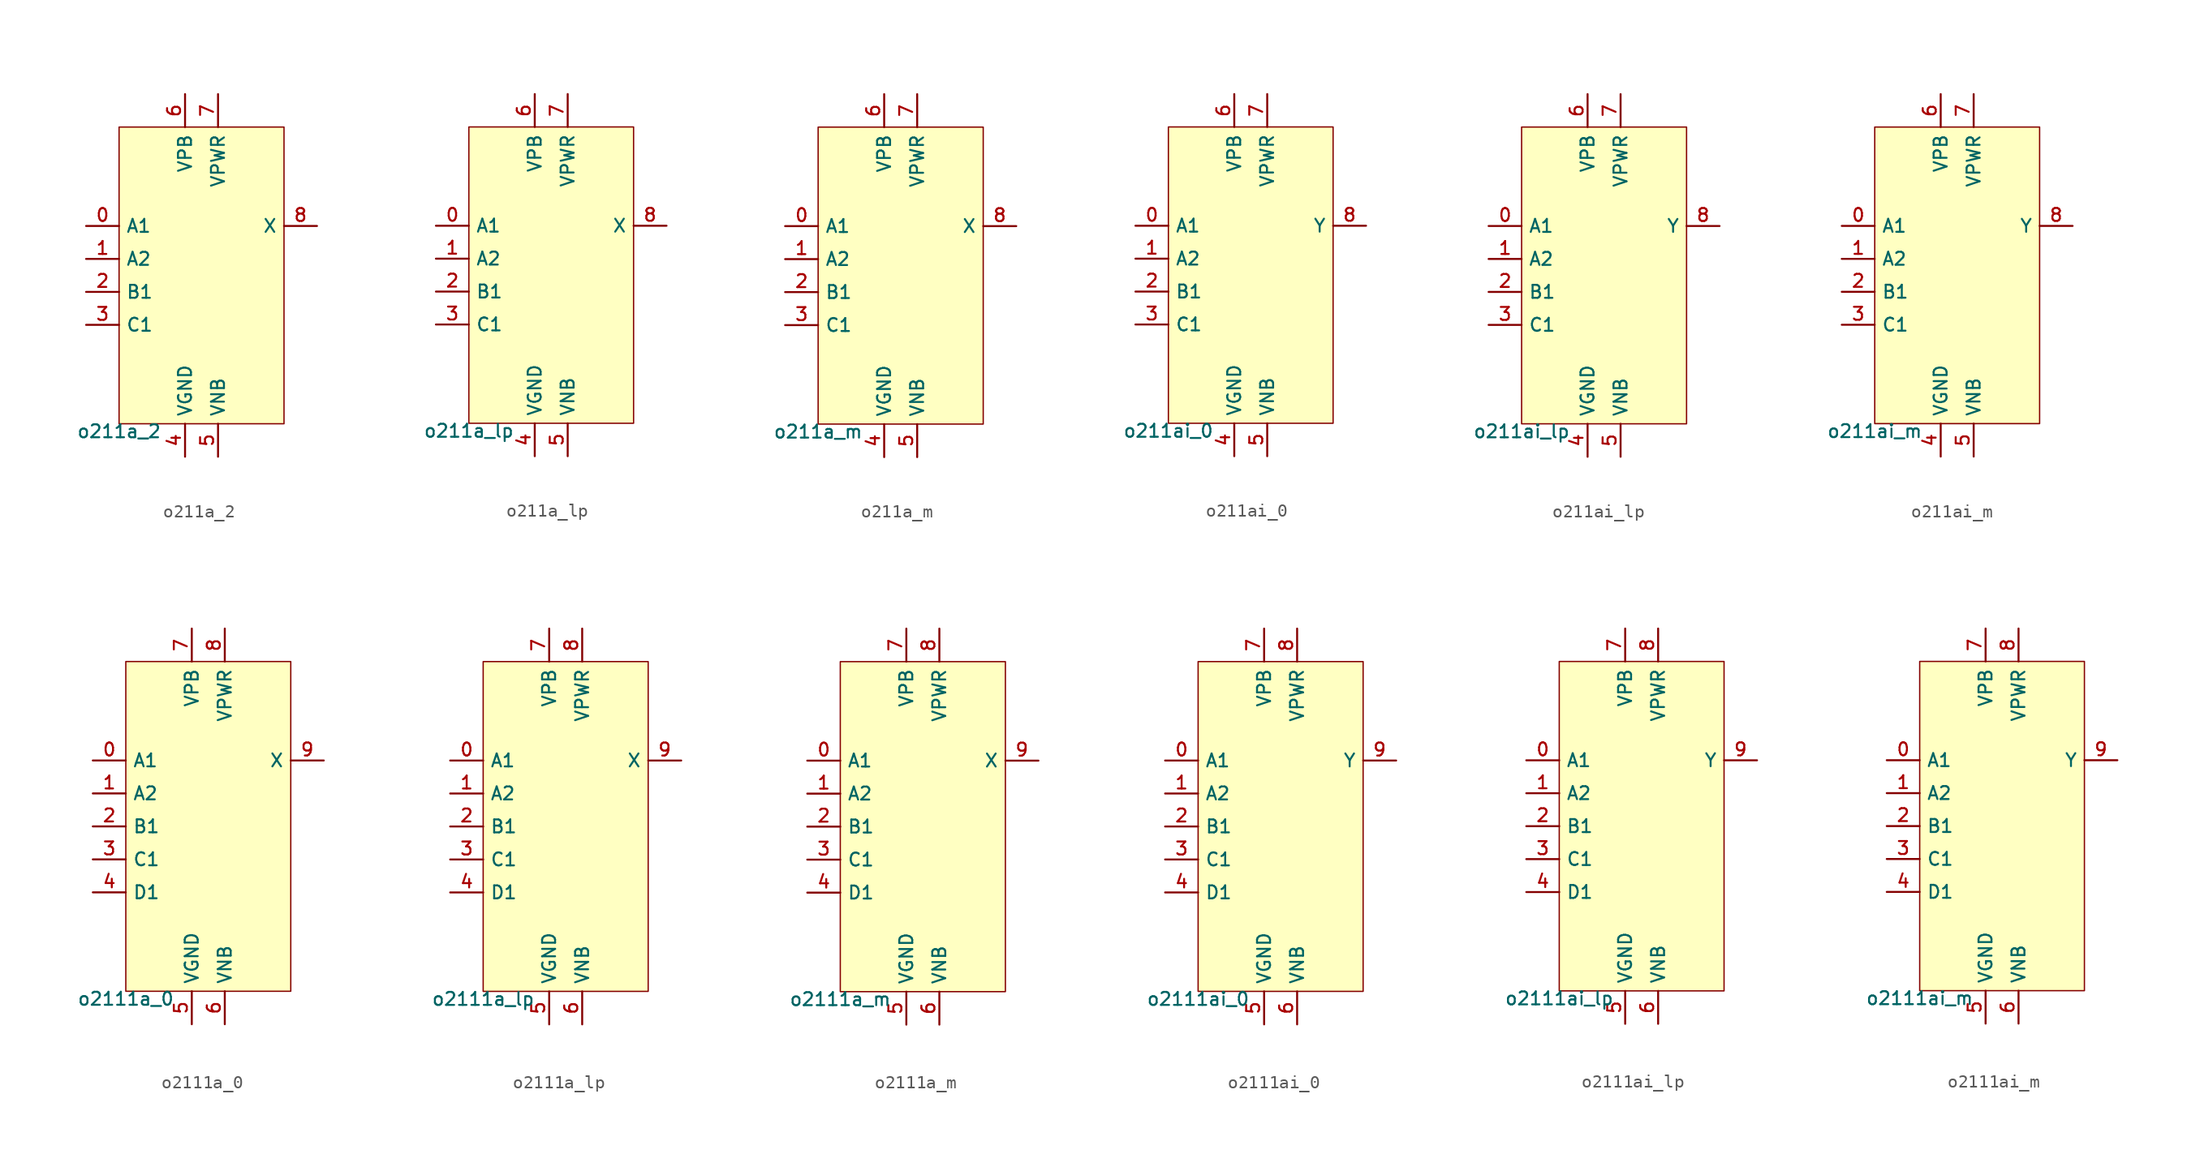
<source format=kicad_sym>
(kicad_symbol_lib
  (version 20211014)
  (generator pdk2kicad)
  (symbol "o211a_2"
    (property "Reference" "X"
      (at 0 0 0)
      (effects (font (size 1 1)) hide))
    (property "Value" "o211a_2"
      (at -6.35 -11.43 0)
      (effects (font (size 1 1)) (justify top)))
    (rectangle
      (start -6.35 -11.43)
      (end 6.35 11.43)
      (stroke (width 0.1) (type solid) (color 0 0 0 0))
      (fill (type background)))
    (pin input line
      (at -8.89 3.81 0)
      (length 2.54)
      (name "A1" (effects (font (size 1 1)) hide))
      (number "0" (effects (font (size 1 1)) hide)))
    (pin input line
      (at -8.89 1.27 0)
      (length 2.54)
      (name "A2" (effects (font (size 1 1)) hide))
      (number "1" (effects (font (size 1 1)) hide)))
    (pin input line
      (at -8.89 -1.27 0)
      (length 2.54)
      (name "B1" (effects (font (size 1 1)) hide))
      (number "2" (effects (font (size 1 1)) hide)))
    (pin input line
      (at -8.89 -3.81 0)
      (length 2.54)
      (name "C1" (effects (font (size 1 1)) hide))
      (number "3" (effects (font (size 1 1)) hide)))
    (pin power_in line
      (at -1.27 -13.97 90)
      (length 2.54)
      (name "VGND" (effects (font (size 1 1)) hide))
      (number "4" (effects (font (size 1 1)) hide)))
    (pin power_in line
      (at 1.27 -13.97 90)
      (length 2.54)
      (name "VNB" (effects (font (size 1 1)) hide))
      (number "5" (effects (font (size 1 1)) hide)))
    (pin power_in line
      (at -1.27 13.97 270)
      (length 2.54)
      (name "VPB" (effects (font (size 1 1)) hide))
      (number "6" (effects (font (size 1 1)) hide)))
    (pin power_in line
      (at 1.27 13.97 270)
      (length 2.54)
      (name "VPWR" (effects (font (size 1 1)) hide))
      (number "7" (effects (font (size 1 1)) hide)))
    (pin output line
      (at 8.89 3.81 180)
      (length 2.54)
      (name "X" (effects (font (size 1 1)) hide))
      (number "8" (effects (font (size 1 1)) hide))))
  (symbol "o211a_lp"
    (property "Reference" "X"
      (at 0 0 0)
      (effects (font (size 1 1)) hide))
    (property "Value" "o211a_lp"
      (at -6.35 -11.43 0)
      (effects (font (size 1 1)) (justify top)))
    (rectangle
      (start -6.35 -11.43)
      (end 6.35 11.43)
      (stroke (width 0.1) (type solid) (color 0 0 0 0))
      (fill (type background)))
    (pin input line
      (at -8.89 3.81 0)
      (length 2.54)
      (name "A1" (effects (font (size 1 1)) hide))
      (number "0" (effects (font (size 1 1)) hide)))
    (pin input line
      (at -8.89 1.27 0)
      (length 2.54)
      (name "A2" (effects (font (size 1 1)) hide))
      (number "1" (effects (font (size 1 1)) hide)))
    (pin input line
      (at -8.89 -1.27 0)
      (length 2.54)
      (name "B1" (effects (font (size 1 1)) hide))
      (number "2" (effects (font (size 1 1)) hide)))
    (pin input line
      (at -8.89 -3.81 0)
      (length 2.54)
      (name "C1" (effects (font (size 1 1)) hide))
      (number "3" (effects (font (size 1 1)) hide)))
    (pin power_in line
      (at -1.27 -13.97 90)
      (length 2.54)
      (name "VGND" (effects (font (size 1 1)) hide))
      (number "4" (effects (font (size 1 1)) hide)))
    (pin power_in line
      (at 1.27 -13.97 90)
      (length 2.54)
      (name "VNB" (effects (font (size 1 1)) hide))
      (number "5" (effects (font (size 1 1)) hide)))
    (pin power_in line
      (at -1.27 13.97 270)
      (length 2.54)
      (name "VPB" (effects (font (size 1 1)) hide))
      (number "6" (effects (font (size 1 1)) hide)))
    (pin power_in line
      (at 1.27 13.97 270)
      (length 2.54)
      (name "VPWR" (effects (font (size 1 1)) hide))
      (number "7" (effects (font (size 1 1)) hide)))
    (pin output line
      (at 8.89 3.81 180)
      (length 2.54)
      (name "X" (effects (font (size 1 1)) hide))
      (number "8" (effects (font (size 1 1)) hide))))
  (symbol "o211a_m"
    (property "Reference" "X"
      (at 0 0 0)
      (effects (font (size 1 1)) hide))
    (property "Value" "o211a_m"
      (at -6.35 -11.43 0)
      (effects (font (size 1 1)) (justify top)))
    (rectangle
      (start -6.35 -11.43)
      (end 6.35 11.43)
      (stroke (width 0.1) (type solid) (color 0 0 0 0))
      (fill (type background)))
    (pin input line
      (at -8.89 3.81 0)
      (length 2.54)
      (name "A1" (effects (font (size 1 1)) hide))
      (number "0" (effects (font (size 1 1)) hide)))
    (pin input line
      (at -8.89 1.27 0)
      (length 2.54)
      (name "A2" (effects (font (size 1 1)) hide))
      (number "1" (effects (font (size 1 1)) hide)))
    (pin input line
      (at -8.89 -1.27 0)
      (length 2.54)
      (name "B1" (effects (font (size 1 1)) hide))
      (number "2" (effects (font (size 1 1)) hide)))
    (pin input line
      (at -8.89 -3.81 0)
      (length 2.54)
      (name "C1" (effects (font (size 1 1)) hide))
      (number "3" (effects (font (size 1 1)) hide)))
    (pin power_in line
      (at -1.27 -13.97 90)
      (length 2.54)
      (name "VGND" (effects (font (size 1 1)) hide))
      (number "4" (effects (font (size 1 1)) hide)))
    (pin power_in line
      (at 1.27 -13.97 90)
      (length 2.54)
      (name "VNB" (effects (font (size 1 1)) hide))
      (number "5" (effects (font (size 1 1)) hide)))
    (pin power_in line
      (at -1.27 13.97 270)
      (length 2.54)
      (name "VPB" (effects (font (size 1 1)) hide))
      (number "6" (effects (font (size 1 1)) hide)))
    (pin power_in line
      (at 1.27 13.97 270)
      (length 2.54)
      (name "VPWR" (effects (font (size 1 1)) hide))
      (number "7" (effects (font (size 1 1)) hide)))
    (pin output line
      (at 8.89 3.81 180)
      (length 2.54)
      (name "X" (effects (font (size 1 1)) hide))
      (number "8" (effects (font (size 1 1)) hide))))
  (symbol "o211ai_0"
    (property "Reference" "X"
      (at 0 0 0)
      (effects (font (size 1 1)) hide))
    (property "Value" "o211ai_0"
      (at -6.35 -11.43 0)
      (effects (font (size 1 1)) (justify top)))
    (rectangle
      (start -6.35 -11.43)
      (end 6.35 11.43)
      (stroke (width 0.1) (type solid) (color 0 0 0 0))
      (fill (type background)))
    (pin input line
      (at -8.89 3.81 0)
      (length 2.54)
      (name "A1" (effects (font (size 1 1)) hide))
      (number "0" (effects (font (size 1 1)) hide)))
    (pin input line
      (at -8.89 1.27 0)
      (length 2.54)
      (name "A2" (effects (font (size 1 1)) hide))
      (number "1" (effects (font (size 1 1)) hide)))
    (pin input line
      (at -8.89 -1.27 0)
      (length 2.54)
      (name "B1" (effects (font (size 1 1)) hide))
      (number "2" (effects (font (size 1 1)) hide)))
    (pin input line
      (at -8.89 -3.81 0)
      (length 2.54)
      (name "C1" (effects (font (size 1 1)) hide))
      (number "3" (effects (font (size 1 1)) hide)))
    (pin power_in line
      (at -1.27 -13.97 90)
      (length 2.54)
      (name "VGND" (effects (font (size 1 1)) hide))
      (number "4" (effects (font (size 1 1)) hide)))
    (pin power_in line
      (at 1.27 -13.97 90)
      (length 2.54)
      (name "VNB" (effects (font (size 1 1)) hide))
      (number "5" (effects (font (size 1 1)) hide)))
    (pin power_in line
      (at -1.27 13.97 270)
      (length 2.54)
      (name "VPB" (effects (font (size 1 1)) hide))
      (number "6" (effects (font (size 1 1)) hide)))
    (pin power_in line
      (at 1.27 13.97 270)
      (length 2.54)
      (name "VPWR" (effects (font (size 1 1)) hide))
      (number "7" (effects (font (size 1 1)) hide)))
    (pin output line
      (at 8.89 3.81 180)
      (length 2.54)
      (name "Y" (effects (font (size 1 1)) hide))
      (number "8" (effects (font (size 1 1)) hide))))
  (symbol "o211ai_lp"
    (property "Reference" "X"
      (at 0 0 0)
      (effects (font (size 1 1)) hide))
    (property "Value" "o211ai_lp"
      (at -6.35 -11.43 0)
      (effects (font (size 1 1)) (justify top)))
    (rectangle
      (start -6.35 -11.43)
      (end 6.35 11.43)
      (stroke (width 0.1) (type solid) (color 0 0 0 0))
      (fill (type background)))
    (pin input line
      (at -8.89 3.81 0)
      (length 2.54)
      (name "A1" (effects (font (size 1 1)) hide))
      (number "0" (effects (font (size 1 1)) hide)))
    (pin input line
      (at -8.89 1.27 0)
      (length 2.54)
      (name "A2" (effects (font (size 1 1)) hide))
      (number "1" (effects (font (size 1 1)) hide)))
    (pin input line
      (at -8.89 -1.27 0)
      (length 2.54)
      (name "B1" (effects (font (size 1 1)) hide))
      (number "2" (effects (font (size 1 1)) hide)))
    (pin input line
      (at -8.89 -3.81 0)
      (length 2.54)
      (name "C1" (effects (font (size 1 1)) hide))
      (number "3" (effects (font (size 1 1)) hide)))
    (pin power_in line
      (at -1.27 -13.97 90)
      (length 2.54)
      (name "VGND" (effects (font (size 1 1)) hide))
      (number "4" (effects (font (size 1 1)) hide)))
    (pin power_in line
      (at 1.27 -13.97 90)
      (length 2.54)
      (name "VNB" (effects (font (size 1 1)) hide))
      (number "5" (effects (font (size 1 1)) hide)))
    (pin power_in line
      (at -1.27 13.97 270)
      (length 2.54)
      (name "VPB" (effects (font (size 1 1)) hide))
      (number "6" (effects (font (size 1 1)) hide)))
    (pin power_in line
      (at 1.27 13.97 270)
      (length 2.54)
      (name "VPWR" (effects (font (size 1 1)) hide))
      (number "7" (effects (font (size 1 1)) hide)))
    (pin output line
      (at 8.89 3.81 180)
      (length 2.54)
      (name "Y" (effects (font (size 1 1)) hide))
      (number "8" (effects (font (size 1 1)) hide))))
  (symbol "o211ai_m"
    (property "Reference" "X"
      (at 0 0 0)
      (effects (font (size 1 1)) hide))
    (property "Value" "o211ai_m"
      (at -6.35 -11.43 0)
      (effects (font (size 1 1)) (justify top)))
    (rectangle
      (start -6.35 -11.43)
      (end 6.35 11.43)
      (stroke (width 0.1) (type solid) (color 0 0 0 0))
      (fill (type background)))
    (pin input line
      (at -8.89 3.81 0)
      (length 2.54)
      (name "A1" (effects (font (size 1 1)) hide))
      (number "0" (effects (font (size 1 1)) hide)))
    (pin input line
      (at -8.89 1.27 0)
      (length 2.54)
      (name "A2" (effects (font (size 1 1)) hide))
      (number "1" (effects (font (size 1 1)) hide)))
    (pin input line
      (at -8.89 -1.27 0)
      (length 2.54)
      (name "B1" (effects (font (size 1 1)) hide))
      (number "2" (effects (font (size 1 1)) hide)))
    (pin input line
      (at -8.89 -3.81 0)
      (length 2.54)
      (name "C1" (effects (font (size 1 1)) hide))
      (number "3" (effects (font (size 1 1)) hide)))
    (pin power_in line
      (at -1.27 -13.97 90)
      (length 2.54)
      (name "VGND" (effects (font (size 1 1)) hide))
      (number "4" (effects (font (size 1 1)) hide)))
    (pin power_in line
      (at 1.27 -13.97 90)
      (length 2.54)
      (name "VNB" (effects (font (size 1 1)) hide))
      (number "5" (effects (font (size 1 1)) hide)))
    (pin power_in line
      (at -1.27 13.97 270)
      (length 2.54)
      (name "VPB" (effects (font (size 1 1)) hide))
      (number "6" (effects (font (size 1 1)) hide)))
    (pin power_in line
      (at 1.27 13.97 270)
      (length 2.54)
      (name "VPWR" (effects (font (size 1 1)) hide))
      (number "7" (effects (font (size 1 1)) hide)))
    (pin output line
      (at 8.89 3.81 180)
      (length 2.54)
      (name "Y" (effects (font (size 1 1)) hide))
      (number "8" (effects (font (size 1 1)) hide))))
  (symbol "o2111a_0"
    (property "Reference" "X"
      (at 0 0 0)
      (effects (font (size 1 1)) hide))
    (property "Value" "o2111a_0"
      (at -6.35 -12.7 0)
      (effects (font (size 1 1)) (justify top)))
    (rectangle
      (start -6.35 -12.7)
      (end 6.35 12.7)
      (stroke (width 0.1) (type solid) (color 0 0 0 0))
      (fill (type background)))
    (pin input line
      (at -8.89 5.08 0)
      (length 2.54)
      (name "A1" (effects (font (size 1 1)) hide))
      (number "0" (effects (font (size 1 1)) hide)))
    (pin input line
      (at -8.89 2.54 0)
      (length 2.54)
      (name "A2" (effects (font (size 1 1)) hide))
      (number "1" (effects (font (size 1 1)) hide)))
    (pin input line
      (at -8.89 -8.881784197001252e-16 0)
      (length 2.54)
      (name "B1" (effects (font (size 1 1)) hide))
      (number "2" (effects (font (size 1 1)) hide)))
    (pin input line
      (at -8.89 -2.54 0)
      (length 2.54)
      (name "C1" (effects (font (size 1 1)) hide))
      (number "3" (effects (font (size 1 1)) hide)))
    (pin input line
      (at -8.89 -5.08 0)
      (length 2.54)
      (name "D1" (effects (font (size 1 1)) hide))
      (number "4" (effects (font (size 1 1)) hide)))
    (pin power_in line
      (at -1.27 -15.24 90)
      (length 2.54)
      (name "VGND" (effects (font (size 1 1)) hide))
      (number "5" (effects (font (size 1 1)) hide)))
    (pin power_in line
      (at 1.27 -15.24 90)
      (length 2.54)
      (name "VNB" (effects (font (size 1 1)) hide))
      (number "6" (effects (font (size 1 1)) hide)))
    (pin power_in line
      (at -1.27 15.24 270)
      (length 2.54)
      (name "VPB" (effects (font (size 1 1)) hide))
      (number "7" (effects (font (size 1 1)) hide)))
    (pin power_in line
      (at 1.27 15.24 270)
      (length 2.54)
      (name "VPWR" (effects (font (size 1 1)) hide))
      (number "8" (effects (font (size 1 1)) hide)))
    (pin output line
      (at 8.89 5.08 180)
      (length 2.54)
      (name "X" (effects (font (size 1 1)) hide))
      (number "9" (effects (font (size 1 1)) hide))))
  (symbol "o2111a_lp"
    (property "Reference" "X"
      (at 0 0 0)
      (effects (font (size 1 1)) hide))
    (property "Value" "o2111a_lp"
      (at -6.35 -12.7 0)
      (effects (font (size 1 1)) (justify top)))
    (rectangle
      (start -6.35 -12.7)
      (end 6.35 12.7)
      (stroke (width 0.1) (type solid) (color 0 0 0 0))
      (fill (type background)))
    (pin input line
      (at -8.89 5.08 0)
      (length 2.54)
      (name "A1" (effects (font (size 1 1)) hide))
      (number "0" (effects (font (size 1 1)) hide)))
    (pin input line
      (at -8.89 2.54 0)
      (length 2.54)
      (name "A2" (effects (font (size 1 1)) hide))
      (number "1" (effects (font (size 1 1)) hide)))
    (pin input line
      (at -8.89 -8.881784197001252e-16 0)
      (length 2.54)
      (name "B1" (effects (font (size 1 1)) hide))
      (number "2" (effects (font (size 1 1)) hide)))
    (pin input line
      (at -8.89 -2.54 0)
      (length 2.54)
      (name "C1" (effects (font (size 1 1)) hide))
      (number "3" (effects (font (size 1 1)) hide)))
    (pin input line
      (at -8.89 -5.08 0)
      (length 2.54)
      (name "D1" (effects (font (size 1 1)) hide))
      (number "4" (effects (font (size 1 1)) hide)))
    (pin power_in line
      (at -1.27 -15.24 90)
      (length 2.54)
      (name "VGND" (effects (font (size 1 1)) hide))
      (number "5" (effects (font (size 1 1)) hide)))
    (pin power_in line
      (at 1.27 -15.24 90)
      (length 2.54)
      (name "VNB" (effects (font (size 1 1)) hide))
      (number "6" (effects (font (size 1 1)) hide)))
    (pin power_in line
      (at -1.27 15.24 270)
      (length 2.54)
      (name "VPB" (effects (font (size 1 1)) hide))
      (number "7" (effects (font (size 1 1)) hide)))
    (pin power_in line
      (at 1.27 15.24 270)
      (length 2.54)
      (name "VPWR" (effects (font (size 1 1)) hide))
      (number "8" (effects (font (size 1 1)) hide)))
    (pin output line
      (at 8.89 5.08 180)
      (length 2.54)
      (name "X" (effects (font (size 1 1)) hide))
      (number "9" (effects (font (size 1 1)) hide))))
  (symbol "o2111a_m"
    (property "Reference" "X"
      (at 0 0 0)
      (effects (font (size 1 1)) hide))
    (property "Value" "o2111a_m"
      (at -6.35 -12.7 0)
      (effects (font (size 1 1)) (justify top)))
    (rectangle
      (start -6.35 -12.7)
      (end 6.35 12.7)
      (stroke (width 0.1) (type solid) (color 0 0 0 0))
      (fill (type background)))
    (pin input line
      (at -8.89 5.08 0)
      (length 2.54)
      (name "A1" (effects (font (size 1 1)) hide))
      (number "0" (effects (font (size 1 1)) hide)))
    (pin input line
      (at -8.89 2.54 0)
      (length 2.54)
      (name "A2" (effects (font (size 1 1)) hide))
      (number "1" (effects (font (size 1 1)) hide)))
    (pin input line
      (at -8.89 -8.881784197001252e-16 0)
      (length 2.54)
      (name "B1" (effects (font (size 1 1)) hide))
      (number "2" (effects (font (size 1 1)) hide)))
    (pin input line
      (at -8.89 -2.54 0)
      (length 2.54)
      (name "C1" (effects (font (size 1 1)) hide))
      (number "3" (effects (font (size 1 1)) hide)))
    (pin input line
      (at -8.89 -5.08 0)
      (length 2.54)
      (name "D1" (effects (font (size 1 1)) hide))
      (number "4" (effects (font (size 1 1)) hide)))
    (pin power_in line
      (at -1.27 -15.24 90)
      (length 2.54)
      (name "VGND" (effects (font (size 1 1)) hide))
      (number "5" (effects (font (size 1 1)) hide)))
    (pin power_in line
      (at 1.27 -15.24 90)
      (length 2.54)
      (name "VNB" (effects (font (size 1 1)) hide))
      (number "6" (effects (font (size 1 1)) hide)))
    (pin power_in line
      (at -1.27 15.24 270)
      (length 2.54)
      (name "VPB" (effects (font (size 1 1)) hide))
      (number "7" (effects (font (size 1 1)) hide)))
    (pin power_in line
      (at 1.27 15.24 270)
      (length 2.54)
      (name "VPWR" (effects (font (size 1 1)) hide))
      (number "8" (effects (font (size 1 1)) hide)))
    (pin output line
      (at 8.89 5.08 180)
      (length 2.54)
      (name "X" (effects (font (size 1 1)) hide))
      (number "9" (effects (font (size 1 1)) hide))))
  (symbol "o2111ai_0"
    (property "Reference" "X"
      (at 0 0 0)
      (effects (font (size 1 1)) hide))
    (property "Value" "o2111ai_0"
      (at -6.35 -12.7 0)
      (effects (font (size 1 1)) (justify top)))
    (rectangle
      (start -6.35 -12.7)
      (end 6.35 12.7)
      (stroke (width 0.1) (type solid) (color 0 0 0 0))
      (fill (type background)))
    (pin input line
      (at -8.89 5.08 0)
      (length 2.54)
      (name "A1" (effects (font (size 1 1)) hide))
      (number "0" (effects (font (size 1 1)) hide)))
    (pin input line
      (at -8.89 2.54 0)
      (length 2.54)
      (name "A2" (effects (font (size 1 1)) hide))
      (number "1" (effects (font (size 1 1)) hide)))
    (pin input line
      (at -8.89 -8.881784197001252e-16 0)
      (length 2.54)
      (name "B1" (effects (font (size 1 1)) hide))
      (number "2" (effects (font (size 1 1)) hide)))
    (pin input line
      (at -8.89 -2.54 0)
      (length 2.54)
      (name "C1" (effects (font (size 1 1)) hide))
      (number "3" (effects (font (size 1 1)) hide)))
    (pin input line
      (at -8.89 -5.08 0)
      (length 2.54)
      (name "D1" (effects (font (size 1 1)) hide))
      (number "4" (effects (font (size 1 1)) hide)))
    (pin power_in line
      (at -1.27 -15.24 90)
      (length 2.54)
      (name "VGND" (effects (font (size 1 1)) hide))
      (number "5" (effects (font (size 1 1)) hide)))
    (pin power_in line
      (at 1.27 -15.24 90)
      (length 2.54)
      (name "VNB" (effects (font (size 1 1)) hide))
      (number "6" (effects (font (size 1 1)) hide)))
    (pin power_in line
      (at -1.27 15.24 270)
      (length 2.54)
      (name "VPB" (effects (font (size 1 1)) hide))
      (number "7" (effects (font (size 1 1)) hide)))
    (pin power_in line
      (at 1.27 15.24 270)
      (length 2.54)
      (name "VPWR" (effects (font (size 1 1)) hide))
      (number "8" (effects (font (size 1 1)) hide)))
    (pin output line
      (at 8.89 5.08 180)
      (length 2.54)
      (name "Y" (effects (font (size 1 1)) hide))
      (number "9" (effects (font (size 1 1)) hide))))
  (symbol "o2111ai_lp"
    (property "Reference" "X"
      (at 0 0 0)
      (effects (font (size 1 1)) hide))
    (property "Value" "o2111ai_lp"
      (at -6.35 -12.7 0)
      (effects (font (size 1 1)) (justify top)))
    (rectangle
      (start -6.35 -12.7)
      (end 6.35 12.7)
      (stroke (width 0.1) (type solid) (color 0 0 0 0))
      (fill (type background)))
    (pin input line
      (at -8.89 5.08 0)
      (length 2.54)
      (name "A1" (effects (font (size 1 1)) hide))
      (number "0" (effects (font (size 1 1)) hide)))
    (pin input line
      (at -8.89 2.54 0)
      (length 2.54)
      (name "A2" (effects (font (size 1 1)) hide))
      (number "1" (effects (font (size 1 1)) hide)))
    (pin input line
      (at -8.89 -8.881784197001252e-16 0)
      (length 2.54)
      (name "B1" (effects (font (size 1 1)) hide))
      (number "2" (effects (font (size 1 1)) hide)))
    (pin input line
      (at -8.89 -2.54 0)
      (length 2.54)
      (name "C1" (effects (font (size 1 1)) hide))
      (number "3" (effects (font (size 1 1)) hide)))
    (pin input line
      (at -8.89 -5.08 0)
      (length 2.54)
      (name "D1" (effects (font (size 1 1)) hide))
      (number "4" (effects (font (size 1 1)) hide)))
    (pin power_in line
      (at -1.27 -15.24 90)
      (length 2.54)
      (name "VGND" (effects (font (size 1 1)) hide))
      (number "5" (effects (font (size 1 1)) hide)))
    (pin power_in line
      (at 1.27 -15.24 90)
      (length 2.54)
      (name "VNB" (effects (font (size 1 1)) hide))
      (number "6" (effects (font (size 1 1)) hide)))
    (pin power_in line
      (at -1.27 15.24 270)
      (length 2.54)
      (name "VPB" (effects (font (size 1 1)) hide))
      (number "7" (effects (font (size 1 1)) hide)))
    (pin power_in line
      (at 1.27 15.24 270)
      (length 2.54)
      (name "VPWR" (effects (font (size 1 1)) hide))
      (number "8" (effects (font (size 1 1)) hide)))
    (pin output line
      (at 8.89 5.08 180)
      (length 2.54)
      (name "Y" (effects (font (size 1 1)) hide))
      (number "9" (effects (font (size 1 1)) hide))))
  (symbol "o2111ai_m"
    (property "Reference" "X"
      (at 0 0 0)
      (effects (font (size 1 1)) hide))
    (property "Value" "o2111ai_m"
      (at -6.35 -12.7 0)
      (effects (font (size 1 1)) (justify top)))
    (rectangle
      (start -6.35 -12.7)
      (end 6.35 12.7)
      (stroke (width 0.1) (type solid) (color 0 0 0 0))
      (fill (type background)))
    (pin input line
      (at -8.89 5.08 0)
      (length 2.54)
      (name "A1" (effects (font (size 1 1)) hide))
      (number "0" (effects (font (size 1 1)) hide)))
    (pin input line
      (at -8.89 2.54 0)
      (length 2.54)
      (name "A2" (effects (font (size 1 1)) hide))
      (number "1" (effects (font (size 1 1)) hide)))
    (pin input line
      (at -8.89 -8.881784197001252e-16 0)
      (length 2.54)
      (name "B1" (effects (font (size 1 1)) hide))
      (number "2" (effects (font (size 1 1)) hide)))
    (pin input line
      (at -8.89 -2.54 0)
      (length 2.54)
      (name "C1" (effects (font (size 1 1)) hide))
      (number "3" (effects (font (size 1 1)) hide)))
    (pin input line
      (at -8.89 -5.08 0)
      (length 2.54)
      (name "D1" (effects (font (size 1 1)) hide))
      (number "4" (effects (font (size 1 1)) hide)))
    (pin power_in line
      (at -1.27 -15.24 90)
      (length 2.54)
      (name "VGND" (effects (font (size 1 1)) hide))
      (number "5" (effects (font (size 1 1)) hide)))
    (pin power_in line
      (at 1.27 -15.24 90)
      (length 2.54)
      (name "VNB" (effects (font (size 1 1)) hide))
      (number "6" (effects (font (size 1 1)) hide)))
    (pin power_in line
      (at -1.27 15.24 270)
      (length 2.54)
      (name "VPB" (effects (font (size 1 1)) hide))
      (number "7" (effects (font (size 1 1)) hide)))
    (pin power_in line
      (at 1.27 15.24 270)
      (length 2.54)
      (name "VPWR" (effects (font (size 1 1)) hide))
      (number "8" (effects (font (size 1 1)) hide)))
    (pin output line
      (at 8.89 5.08 180)
      (length 2.54)
      (name "Y" (effects (font (size 1 1)) hide))
      (number "9" (effects (font (size 1 1)) hide)))))
</source>
